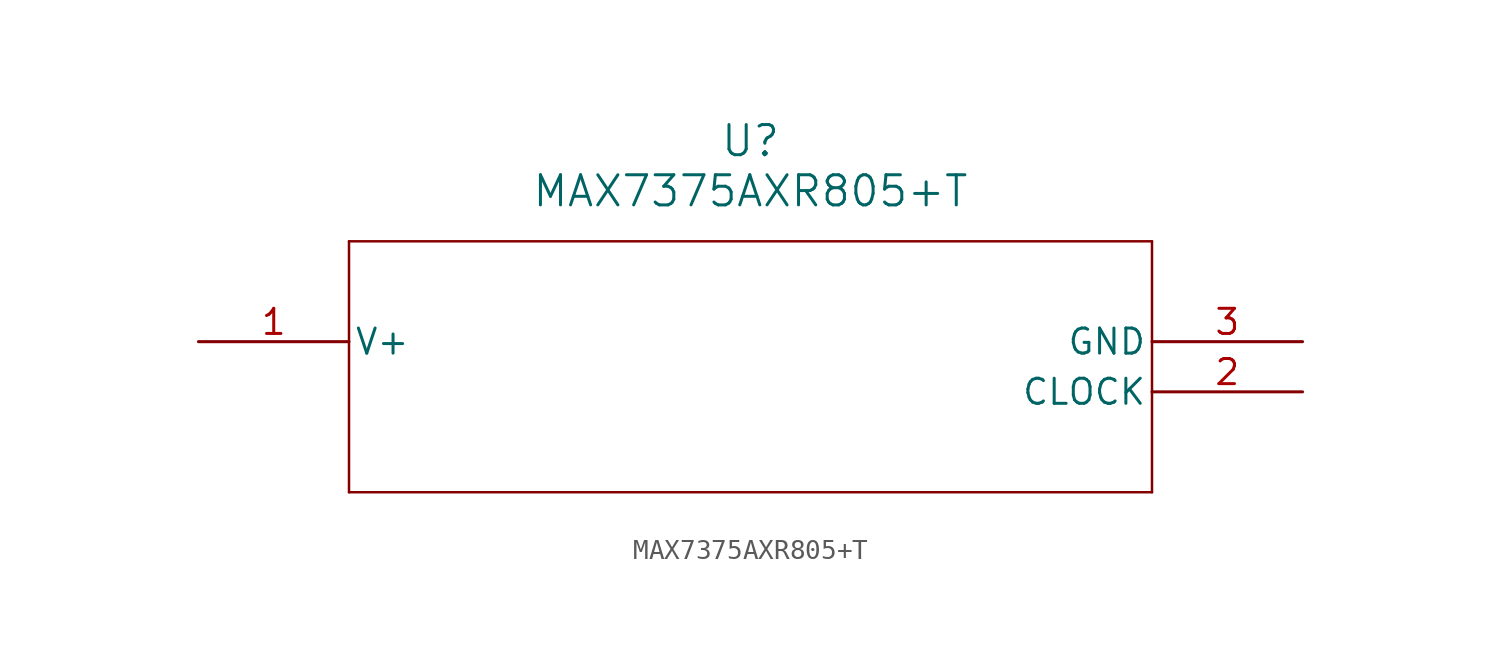
<source format=kicad_sym>
(kicad_symbol_lib
  (version 20211014)
  (generator kicad_symbol_editor)
  (symbol "MAX7375AXR805+T"
    (pin_names
      (offset 0.254))
    (property "Reference" "U"
      (at 27.94 10.16 0)
      (effects (font (size 1.524 1.524))))
    (property "Value" "MAX7375AXR805+T"
      (at 27.94 7.62 0)
      (effects (font (size 1.524 1.524))))
    (symbol "MAX7375AXR805+T_0_1"
      (polyline (pts (xy 7.62 5.08) (xy 7.62 -7.62)) (stroke (width 0.127) (type default) (color 0 0 0 0)) (fill (type none)))
      (polyline (pts (xy 7.62 -7.62) (xy 48.26 -7.62)) (stroke (width 0.127) (type default) (color 0 0 0 0)) (fill (type none)))
      (polyline (pts (xy 48.26 -7.62) (xy 48.26 5.08)) (stroke (width 0.127) (type default) (color 0 0 0 0)) (fill (type none)))
      (polyline (pts (xy 48.26 5.08) (xy 7.62 5.08)) (stroke (width 0.127) (type default) (color 0 0 0 0)) (fill (type none)))
      (pin power_in line (at 0 0 0) (length 7.62) (name "V+" (effects (font (size 1.27 1.27)))) (number "1" (effects (font (size 1.27 1.27)))))
      (pin output line (at 55.88 -2.54 180) (length 7.62) (name "CLOCK" (effects (font (size 1.27 1.27)))) (number "2" (effects (font (size 1.27 1.27)))))
      (pin power_in line (at 55.88 0 180) (length 7.62) (name "GND" (effects (font (size 1.27 1.27)))) (number "3" (effects (font (size 1.27 1.27))))))))
</source>
